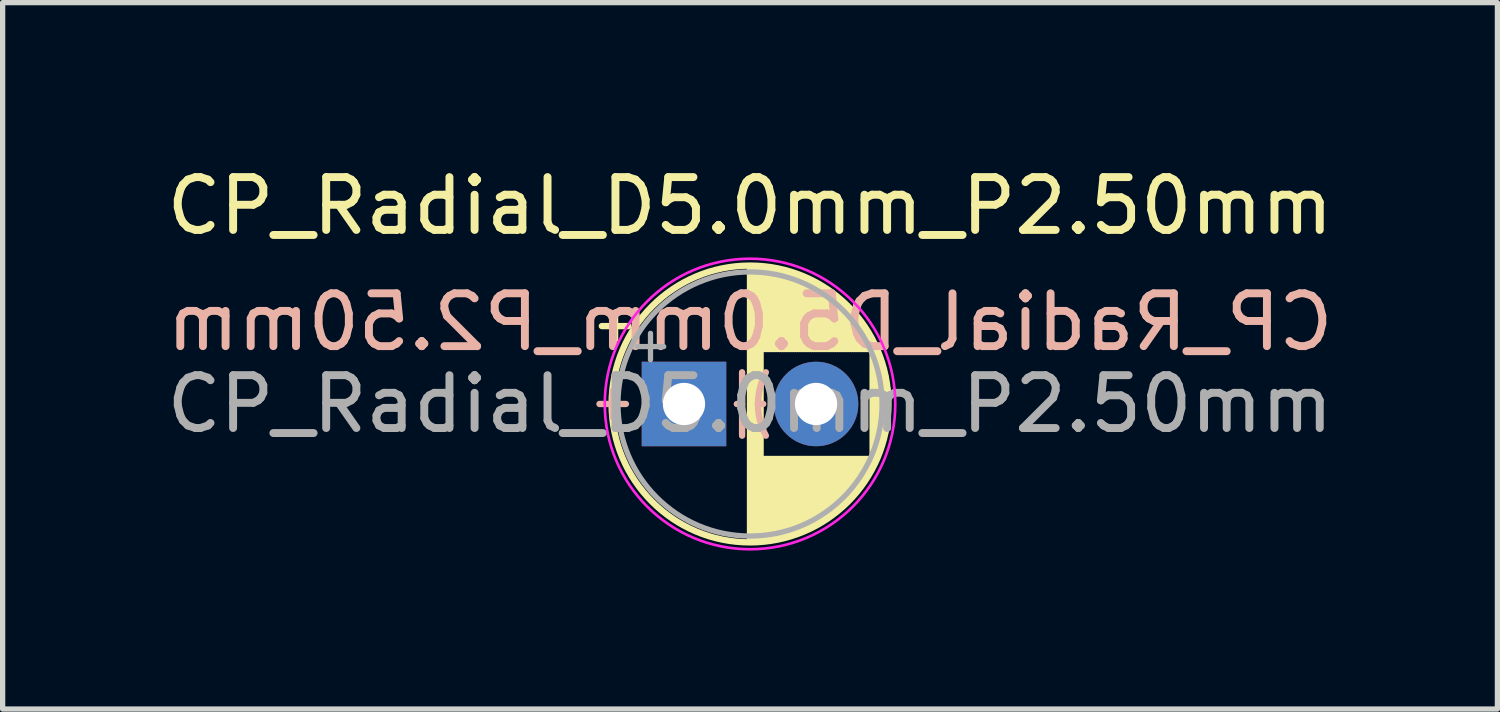
<source format=kicad_pcb>
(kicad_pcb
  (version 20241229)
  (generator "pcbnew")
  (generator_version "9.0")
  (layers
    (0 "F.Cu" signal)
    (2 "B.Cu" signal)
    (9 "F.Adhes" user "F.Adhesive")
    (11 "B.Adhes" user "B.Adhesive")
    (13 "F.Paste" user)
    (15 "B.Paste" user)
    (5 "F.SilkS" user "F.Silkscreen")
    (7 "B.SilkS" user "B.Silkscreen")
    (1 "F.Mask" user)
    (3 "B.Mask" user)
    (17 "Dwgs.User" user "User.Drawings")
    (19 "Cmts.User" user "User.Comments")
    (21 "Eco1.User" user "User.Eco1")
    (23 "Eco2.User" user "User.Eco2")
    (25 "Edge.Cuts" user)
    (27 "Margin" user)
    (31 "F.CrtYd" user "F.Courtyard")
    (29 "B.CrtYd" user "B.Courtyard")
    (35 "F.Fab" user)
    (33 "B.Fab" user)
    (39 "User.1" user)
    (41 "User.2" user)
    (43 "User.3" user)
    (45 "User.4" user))
  (footprint "CP_Radial_D5.0mm_P2.50mm"
    (layer "F.Cu")
    (at 9.899 4.598)
    (property "Reference" "CP_Radial_D5.0mm_P2.50mm" (at 1.25 -3.75 0) (layer "F.SilkS") (effects (font (size 1 1) (thickness 0.15))))
    (fp_line (start -1.555 -1.475) (end -1.055 -1.475) (stroke (width 0.12) (type solid)) (layer "F.SilkS"))
    (fp_line (start -1.305 -1.725) (end -1.305 -1.225) (stroke (width 0.12) (type solid)) (layer "F.SilkS"))
    (fp_line (start 1.25 -2.58) (end 1.25 2.58) (stroke (width 0.12) (type solid)) (layer "F.SilkS"))
    (fp_line (start 1.29 -2.58) (end 1.29 2.58) (stroke (width 0.12) (type solid)) (layer "F.SilkS"))
    (fp_line (start 1.33 -2.579) (end 1.33 2.579) (stroke (width 0.12) (type solid)) (layer "F.SilkS"))
    (fp_line (start 1.37 -2.578) (end 1.37 2.578) (stroke (width 0.12) (type solid)) (layer "F.SilkS"))
    (fp_line (start 1.41 -2.576) (end 1.41 2.576) (stroke (width 0.12) (type solid)) (layer "F.SilkS"))
    (fp_line (start 1.45 -2.573) (end 1.45 2.573) (stroke (width 0.12) (type solid)) (layer "F.SilkS"))
    (fp_line (start 1.49 -2.569) (end 1.49 -1.04) (stroke (width 0.12) (type solid)) (layer "F.SilkS"))
    (fp_line (start 1.49 1.04) (end 1.49 2.569) (stroke (width 0.12) (type solid)) (layer "F.SilkS"))
    (fp_line (start 1.53 -2.565) (end 1.53 -1.04) (stroke (width 0.12) (type solid)) (layer "F.SilkS"))
    (fp_line (start 1.53 1.04) (end 1.53 2.565) (stroke (width 0.12) (type solid)) (layer "F.SilkS"))
    (fp_line (start 1.57 -2.561) (end 1.57 -1.04) (stroke (width 0.12) (type solid)) (layer "F.SilkS"))
    (fp_line (start 1.57 1.04) (end 1.57 2.561) (stroke (width 0.12) (type solid)) (layer "F.SilkS"))
    (fp_line (start 1.61 -2.556) (end 1.61 -1.04) (stroke (width 0.12) (type solid)) (layer "F.SilkS"))
    (fp_line (start 1.61 1.04) (end 1.61 2.556) (stroke (width 0.12) (type solid)) (layer "F.SilkS"))
    (fp_line (start 1.65 -2.55) (end 1.65 -1.04) (stroke (width 0.12) (type solid)) (layer "F.SilkS"))
    (fp_line (start 1.65 1.04) (end 1.65 2.55) (stroke (width 0.12) (type solid)) (layer "F.SilkS"))
    (fp_line (start 1.69 -2.543) (end 1.69 -1.04) (stroke (width 0.12) (type solid)) (layer "F.SilkS"))
    (fp_line (start 1.69 1.04) (end 1.69 2.543) (stroke (width 0.12) (type solid)) (layer "F.SilkS"))
    (fp_line (start 1.73 -2.536) (end 1.73 -1.04) (stroke (width 0.12) (type solid)) (layer "F.SilkS"))
    (fp_line (start 1.73 1.04) (end 1.73 2.536) (stroke (width 0.12) (type solid)) (layer "F.SilkS"))
    (fp_line (start 1.77 -2.528) (end 1.77 -1.04) (stroke (width 0.12) (type solid)) (layer "F.SilkS"))
    (fp_line (start 1.77 1.04) (end 1.77 2.528) (stroke (width 0.12) (type solid)) (layer "F.SilkS"))
    (fp_line (start 1.81 -2.52) (end 1.81 -1.04) (stroke (width 0.12) (type solid)) (layer "F.SilkS"))
    (fp_line (start 1.81 1.04) (end 1.81 2.52) (stroke (width 0.12) (type solid)) (layer "F.SilkS"))
    (fp_line (start 1.85 -2.511) (end 1.85 -1.04) (stroke (width 0.12) (type solid)) (layer "F.SilkS"))
    (fp_line (start 1.85 1.04) (end 1.85 2.511) (stroke (width 0.12) (type solid)) (layer "F.SilkS"))
    (fp_line (start 1.89 -2.501) (end 1.89 -1.04) (stroke (width 0.12) (type solid)) (layer "F.SilkS"))
    (fp_line (start 1.89 1.04) (end 1.89 2.501) (stroke (width 0.12) (type solid)) (layer "F.SilkS"))
    (fp_line (start 1.93 -2.491) (end 1.93 -1.04) (stroke (width 0.12) (type solid)) (layer "F.SilkS"))
    (fp_line (start 1.93 1.04) (end 1.93 2.491) (stroke (width 0.12) (type solid)) (layer "F.SilkS"))
    (fp_line (start 1.971 -2.48) (end 1.971 -1.04) (stroke (width 0.12) (type solid)) (layer "F.SilkS"))
    (fp_line (start 1.971 1.04) (end 1.971 2.48) (stroke (width 0.12) (type solid)) (layer "F.SilkS"))
    (fp_line (start 2.011 -2.468) (end 2.011 -1.04) (stroke (width 0.12) (type solid)) (layer "F.SilkS"))
    (fp_line (start 2.011 1.04) (end 2.011 2.468) (stroke (width 0.12) (type solid)) (layer "F.SilkS"))
    (fp_line (start 2.051 -2.455) (end 2.051 -1.04) (stroke (width 0.12) (type solid)) (layer "F.SilkS"))
    (fp_line (start 2.051 1.04) (end 2.051 2.455) (stroke (width 0.12) (type solid)) (layer "F.SilkS"))
    (fp_line (start 2.091 -2.442) (end 2.091 -1.04) (stroke (width 0.12) (type solid)) (layer "F.SilkS"))
    (fp_line (start 2.091 1.04) (end 2.091 2.442) (stroke (width 0.12) (type solid)) (layer "F.SilkS"))
    (fp_line (start 2.131 -2.428) (end 2.131 -1.04) (stroke (width 0.12) (type solid)) (layer "F.SilkS"))
    (fp_line (start 2.131 1.04) (end 2.131 2.428) (stroke (width 0.12) (type solid)) (layer "F.SilkS"))
    (fp_line (start 2.171 -2.414) (end 2.171 -1.04) (stroke (width 0.12) (type solid)) (layer "F.SilkS"))
    (fp_line (start 2.171 1.04) (end 2.171 2.414) (stroke (width 0.12) (type solid)) (layer "F.SilkS"))
    (fp_line (start 2.211 -2.398) (end 2.211 -1.04) (stroke (width 0.12) (type solid)) (layer "F.SilkS"))
    (fp_line (start 2.211 1.04) (end 2.211 2.398) (stroke (width 0.12) (type solid)) (layer "F.SilkS"))
    (fp_line (start 2.251 -2.382) (end 2.251 -1.04) (stroke (width 0.12) (type solid)) (layer "F.SilkS"))
    (fp_line (start 2.251 1.04) (end 2.251 2.382) (stroke (width 0.12) (type solid)) (layer "F.SilkS"))
    (fp_line (start 2.291 -2.365) (end 2.291 -1.04) (stroke (width 0.12) (type solid)) (layer "F.SilkS"))
    (fp_line (start 2.291 1.04) (end 2.291 2.365) (stroke (width 0.12) (type solid)) (layer "F.SilkS"))
    (fp_line (start 2.331 -2.348) (end 2.331 -1.04) (stroke (width 0.12) (type solid)) (layer "F.SilkS"))
    (fp_line (start 2.331 1.04) (end 2.331 2.348) (stroke (width 0.12) (type solid)) (layer "F.SilkS"))
    (fp_line (start 2.371 -2.329) (end 2.371 -1.04) (stroke (width 0.12) (type solid)) (layer "F.SilkS"))
    (fp_line (start 2.371 1.04) (end 2.371 2.329) (stroke (width 0.12) (type solid)) (layer "F.SilkS"))
    (fp_line (start 2.411 -2.31) (end 2.411 -1.04) (stroke (width 0.12) (type solid)) (layer "F.SilkS"))
    (fp_line (start 2.411 1.04) (end 2.411 2.31) (stroke (width 0.12) (type solid)) (layer "F.SilkS"))
    (fp_line (start 2.451 -2.29) (end 2.451 -1.04) (stroke (width 0.12) (type solid)) (layer "F.SilkS"))
    (fp_line (start 2.451 1.04) (end 2.451 2.29) (stroke (width 0.12) (type solid)) (layer "F.SilkS"))
    (fp_line (start 2.491 -2.268) (end 2.491 -1.04) (stroke (width 0.12) (type solid)) (layer "F.SilkS"))
    (fp_line (start 2.491 1.04) (end 2.491 2.268) (stroke (width 0.12) (type solid)) (layer "F.SilkS"))
    (fp_line (start 2.531 -2.247) (end 2.531 -1.04) (stroke (width 0.12) (type solid)) (layer "F.SilkS"))
    (fp_line (start 2.531 1.04) (end 2.531 2.247) (stroke (width 0.12) (type solid)) (layer "F.SilkS"))
    (fp_line (start 2.571 -2.224) (end 2.571 -1.04) (stroke (width 0.12) (type solid)) (layer "F.SilkS"))
    (fp_line (start 2.571 1.04) (end 2.571 2.224) (stroke (width 0.12) (type solid)) (layer "F.SilkS"))
    (fp_line (start 2.611 -2.2) (end 2.611 -1.04) (stroke (width 0.12) (type solid)) (layer "F.SilkS"))
    (fp_line (start 2.611 1.04) (end 2.611 2.2) (stroke (width 0.12) (type solid)) (layer "F.SilkS"))
    (fp_line (start 2.651 -2.175) (end 2.651 -1.04) (stroke (width 0.12) (type solid)) (layer "F.SilkS"))
    (fp_line (start 2.651 1.04) (end 2.651 2.175) (stroke (width 0.12) (type solid)) (layer "F.SilkS"))
    (fp_line (start 2.691 -2.149) (end 2.691 -1.04) (stroke (width 0.12) (type solid)) (layer "F.SilkS"))
    (fp_line (start 2.691 1.04) (end 2.691 2.149) (stroke (width 0.12) (type solid)) (layer "F.SilkS"))
    (fp_line (start 2.731 -2.122) (end 2.731 -1.04) (stroke (width 0.12) (type solid)) (layer "F.SilkS"))
    (fp_line (start 2.731 1.04) (end 2.731 2.122) (stroke (width 0.12) (type solid)) (layer "F.SilkS"))
    (fp_line (start 2.771 -2.095) (end 2.771 -1.04) (stroke (width 0.12) (type solid)) (layer "F.SilkS"))
    (fp_line (start 2.771 1.04) (end 2.771 2.095) (stroke (width 0.12) (type solid)) (layer "F.SilkS"))
    (fp_line (start 2.811 -2.065) (end 2.811 -1.04) (stroke (width 0.12) (type solid)) (layer "F.SilkS"))
    (fp_line (start 2.811 1.04) (end 2.811 2.065) (stroke (width 0.12) (type solid)) (layer "F.SilkS"))
    (fp_line (start 2.851 -2.035) (end 2.851 -1.04) (stroke (width 0.12) (type solid)) (layer "F.SilkS"))
    (fp_line (start 2.851 1.04) (end 2.851 2.035) (stroke (width 0.12) (type solid)) (layer "F.SilkS"))
    (fp_line (start 2.891 -2.004) (end 2.891 -1.04) (stroke (width 0.12) (type solid)) (layer "F.SilkS"))
    (fp_line (start 2.891 1.04) (end 2.891 2.004) (stroke (width 0.12) (type solid)) (layer "F.SilkS"))
    (fp_line (start 2.931 -1.971) (end 2.931 -1.04) (stroke (width 0.12) (type solid)) (layer "F.SilkS"))
    (fp_line (start 2.931 1.04) (end 2.931 1.971) (stroke (width 0.12) (type solid)) (layer "F.SilkS"))
    (fp_line (start 2.971 -1.937) (end 2.971 -1.04) (stroke (width 0.12) (type solid)) (layer "F.SilkS"))
    (fp_line (start 2.971 1.04) (end 2.971 1.937) (stroke (width 0.12) (type solid)) (layer "F.SilkS"))
    (fp_line (start 3.011 -1.901) (end 3.011 -1.04) (stroke (width 0.12) (type solid)) (layer "F.SilkS"))
    (fp_line (start 3.011 1.04) (end 3.011 1.901) (stroke (width 0.12) (type solid)) (layer "F.SilkS"))
    (fp_line (start 3.051 -1.864) (end 3.051 -1.04) (stroke (width 0.12) (type solid)) (layer "F.SilkS"))
    (fp_line (start 3.051 1.04) (end 3.051 1.864) (stroke (width 0.12) (type solid)) (layer "F.SilkS"))
    (fp_line (start 3.091 -1.826) (end 3.091 -1.04) (stroke (width 0.12) (type solid)) (layer "F.SilkS"))
    (fp_line (start 3.091 1.04) (end 3.091 1.826) (stroke (width 0.12) (type solid)) (layer "F.SilkS"))
    (fp_line (start 3.131 -1.785) (end 3.131 -1.04) (stroke (width 0.12) (type solid)) (layer "F.SilkS"))
    (fp_line (start 3.131 1.04) (end 3.131 1.785) (stroke (width 0.12) (type solid)) (layer "F.SilkS"))
    (fp_line (start 3.171 -1.743) (end 3.171 -1.04) (stroke (width 0.12) (type solid)) (layer "F.SilkS"))
    (fp_line (start 3.171 1.04) (end 3.171 1.743) (stroke (width 0.12) (type solid)) (layer "F.SilkS"))
    (fp_line (start 3.211 -1.699) (end 3.211 -1.04) (stroke (width 0.12) (type solid)) (layer "F.SilkS"))
    (fp_line (start 3.211 1.04) (end 3.211 1.699) (stroke (width 0.12) (type solid)) (layer "F.SilkS"))
    (fp_line (start 3.251 -1.653) (end 3.251 -1.04) (stroke (width 0.12) (type solid)) (layer "F.SilkS"))
    (fp_line (start 3.251 1.04) (end 3.251 1.653) (stroke (width 0.12) (type solid)) (layer "F.SilkS"))
    (fp_line (start 3.291 -1.605) (end 3.291 -1.04) (stroke (width 0.12) (type solid)) (layer "F.SilkS"))
    (fp_line (start 3.291 1.04) (end 3.291 1.605) (stroke (width 0.12) (type solid)) (layer "F.SilkS"))
    (fp_line (start 3.331 -1.554) (end 3.331 -1.04) (stroke (width 0.12) (type solid)) (layer "F.SilkS"))
    (fp_line (start 3.331 1.04) (end 3.331 1.554) (stroke (width 0.12) (type solid)) (layer "F.SilkS"))
    (fp_line (start 3.371 -1.5) (end 3.371 -1.04) (stroke (width 0.12) (type solid)) (layer "F.SilkS"))
    (fp_line (start 3.371 1.04) (end 3.371 1.5) (stroke (width 0.12) (type solid)) (layer "F.SilkS"))
    (fp_line (start 3.411 -1.443) (end 3.411 -1.04) (stroke (width 0.12) (type solid)) (layer "F.SilkS"))
    (fp_line (start 3.411 1.04) (end 3.411 1.443) (stroke (width 0.12) (type solid)) (layer "F.SilkS"))
    (fp_line (start 3.451 -1.383) (end 3.451 -1.04) (stroke (width 0.12) (type solid)) (layer "F.SilkS"))
    (fp_line (start 3.451 1.04) (end 3.451 1.383) (stroke (width 0.12) (type solid)) (layer "F.SilkS"))
    (fp_line (start 3.491 -1.319) (end 3.491 -1.04) (stroke (width 0.12) (type solid)) (layer "F.SilkS"))
    (fp_line (start 3.491 1.04) (end 3.491 1.319) (stroke (width 0.12) (type solid)) (layer "F.SilkS"))
    (fp_line (start 3.531 -1.251) (end 3.531 -1.04) (stroke (width 0.12) (type solid)) (layer "F.SilkS"))
    (fp_line (start 3.531 1.04) (end 3.531 1.251) (stroke (width 0.12) (type solid)) (layer "F.SilkS"))
    (fp_line (start 3.571 -1.178) (end 3.571 1.178) (stroke (width 0.12) (type solid)) (layer "F.SilkS"))
    (fp_line (start 3.611 -1.098) (end 3.611 1.098) (stroke (width 0.12) (type solid)) (layer "F.SilkS"))
    (fp_line (start 3.651 -1.011) (end 3.651 1.011) (stroke (width 0.12) (type solid)) (layer "F.SilkS"))
    (fp_line (start 3.691 -0.915) (end 3.691 0.915) (stroke (width 0.12) (type solid)) (layer "F.SilkS"))
    (fp_line (start 3.731 -0.805) (end 3.731 0.805) (stroke (width 0.12) (type solid)) (layer "F.SilkS"))
    (fp_line (start 3.771 -0.677) (end 3.771 0.677) (stroke (width 0.12) (type solid)) (layer "F.SilkS"))
    (fp_line (start 3.811 -0.518) (end 3.811 0.518) (stroke (width 0.12) (type solid)) (layer "F.SilkS"))
    (fp_line (start 3.851 -0.284) (end 3.851 0.284) (stroke (width 0.12) (type solid)) (layer "F.SilkS"))
    (fp_circle (center 1.25 0) (end 3.87 0) (stroke (width 0.12) (type solid)) (fill no) (layer "F.SilkS"))
    (fp_line (start -1.35 -0.25) (end -1.35 0.25) (stroke (width 0.12) (type solid)) (layer "B.SilkS"))
    (fp_line (start -1.1 0) (end -1.6 0) (stroke (width 0.12) (type solid)) (layer "B.SilkS"))
    (fp_line (start 1.1 0) (end 1 0) (stroke (width 0.12) (type solid)) (layer "B.SilkS"))
    (fp_line (start 1.1 0.6) (end 1.1 -0.6) (stroke (width 0.12) (type solid)) (layer "B.SilkS"))
    (fp_line (start 1.4 0) (end 1.5 0) (stroke (width 0.12) (type solid)) (layer "B.SilkS"))
    (fp_arc (start 1.4 0) (mid 1.440022 -0.308744) (end 1.55 -0.6) (stroke (width 0.12) (type solid)) (layer "B.SilkS"))
    (fp_arc (start 1.55 0.6) (mid 1.438098 0.309225) (end 1.4 0) (stroke (width 0.12) (type solid)) (layer "B.SilkS"))
    (fp_circle (center 1.25 0) (end 4 0) (stroke (width 0.05) (type solid)) (fill no) (layer "F.CrtYd"))
    (fp_line (start -0.884 -1.087) (end -0.384 -1.087) (stroke (width 0.1) (type solid)) (layer "F.Fab"))
    (fp_line (start -0.634 -1.337) (end -0.634 -0.838) (stroke (width 0.1) (type solid)) (layer "F.Fab"))
    (fp_circle (center 1.25 0) (end 3.75 0) (stroke (width 0.1) (type solid)) (fill no) (layer "F.Fab"))
    (fp_text user "${REFERENCE}" (at 1.25 -1.55 0) (layer "B.SilkS") (effects (font (size 1 1) (thickness 0.15)) (justify mirror)))
    (fp_text user "${REFERENCE}" (at 1.25 0 0) (layer "F.Fab") (effects (font (size 1 1) (thickness 0.15))))
    (pad "1" thru_hole rect (at 0 0) (size 1.6 1.6) (drill 0.8) (layers "*.Cu" "*.Mask"))
    (pad "2" thru_hole circle (at 2.5 0) (size 1.6 1.6) (drill 0.8) (layers "*.Cu" "*.Mask")))
  (gr_rect
    (start -3 -3)
    (end 25.298 10.373)
    (stroke (width 0.1) (type default))
    (fill no)
    (layer "Edge.Cuts")))
</source>
